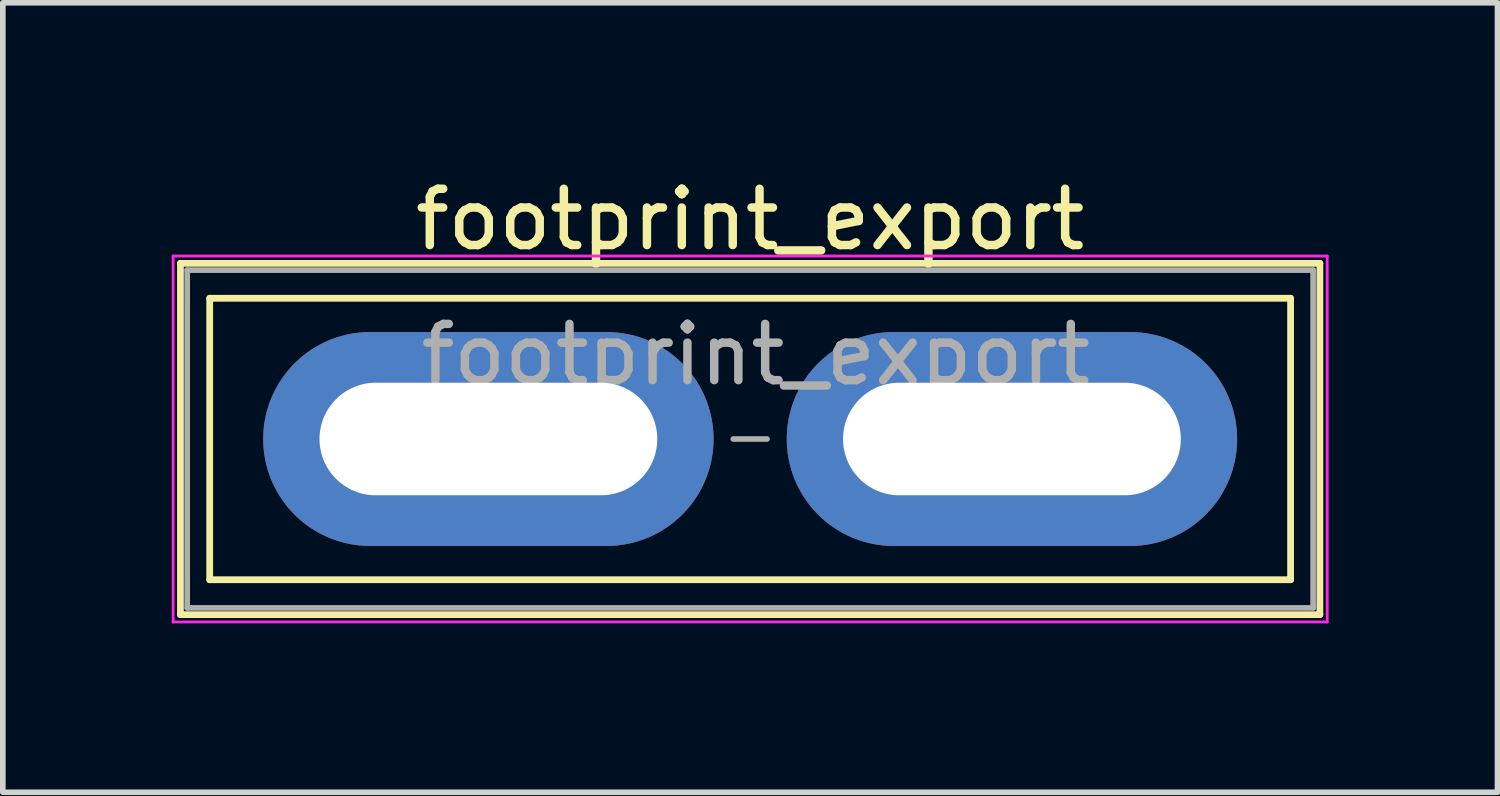
<source format=kicad_pcb>
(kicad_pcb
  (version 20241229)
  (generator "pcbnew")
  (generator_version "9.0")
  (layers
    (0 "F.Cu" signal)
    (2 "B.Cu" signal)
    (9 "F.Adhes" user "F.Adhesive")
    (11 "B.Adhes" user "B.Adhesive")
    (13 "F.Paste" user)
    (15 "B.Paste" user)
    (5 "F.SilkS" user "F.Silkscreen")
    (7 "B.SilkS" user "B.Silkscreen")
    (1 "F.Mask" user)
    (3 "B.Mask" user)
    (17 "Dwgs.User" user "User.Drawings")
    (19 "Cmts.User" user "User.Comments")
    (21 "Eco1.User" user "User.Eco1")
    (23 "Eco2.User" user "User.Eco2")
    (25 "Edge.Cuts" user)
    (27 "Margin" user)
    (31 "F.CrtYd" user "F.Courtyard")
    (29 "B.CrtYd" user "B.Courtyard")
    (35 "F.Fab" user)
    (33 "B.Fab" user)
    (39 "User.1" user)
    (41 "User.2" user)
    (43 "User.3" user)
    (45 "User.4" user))
  (footprint "footprint_export"
    (layer "F.Cu")
    (at 5.625 4.748)
    (property "Reference" "footprint_export" (at 4.65 -3.9 0) (layer "F.SilkS") (effects (font (size 1 1) (thickness 0.15))))
    (attr through_hole)
    (fp_line (start -5.47 -3.12) (end -5.47 3.12) (stroke (width 0.12) (type solid)) (layer "F.SilkS"))
    (fp_line (start -5.47 -3.12) (end 14.77 -3.12) (stroke (width 0.12) (type solid)) (layer "F.SilkS"))
    (fp_line (start -4.95 -2.5) (end 14.25 -2.5) (stroke (width 0.12) (type solid)) (layer "F.SilkS"))
    (fp_line (start -4.95 2.5) (end -4.95 -2.5) (stroke (width 0.12) (type solid)) (layer "F.SilkS"))
    (fp_line (start 14.25 -2.5) (end 14.25 2.5) (stroke (width 0.12) (type solid)) (layer "F.SilkS"))
    (fp_line (start 14.25 2.5) (end -4.95 2.5) (stroke (width 0.12) (type solid)) (layer "F.SilkS"))
    (fp_line (start 14.77 3.12) (end -5.47 3.12) (stroke (width 0.12) (type solid)) (layer "F.SilkS"))
    (fp_line (start 14.77 3.12) (end 14.77 -3.12) (stroke (width 0.12) (type solid)) (layer "F.SilkS"))
    (fp_line (start -5.6 -3.25) (end -5.6 3.25) (stroke (width 0.05) (type solid)) (layer "F.CrtYd"))
    (fp_line (start -5.6 -3.25) (end 14.9 -3.25) (stroke (width 0.05) (type solid)) (layer "F.CrtYd"))
    (fp_line (start 14.9 3.25) (end -5.6 3.25) (stroke (width 0.05) (type solid)) (layer "F.CrtYd"))
    (fp_line (start 14.9 3.25) (end 14.9 -3.25) (stroke (width 0.05) (type solid)) (layer "F.CrtYd"))
    (fp_line (start -5.35 -3) (end 14.65 -3) (stroke (width 0.1) (type solid)) (layer "F.Fab"))
    (fp_line (start -5.35 3) (end -5.35 -3) (stroke (width 0.1) (type solid)) (layer "F.Fab"))
    (fp_line (start 4.95 0) (end 4.35 0) (stroke (width 0.1) (type solid)) (layer "F.Fab"))
    (fp_line (start 14.65 -3) (end 14.65 3) (stroke (width 0.1) (type solid)) (layer "F.Fab"))
    (fp_line (start 14.65 3) (end -5.35 3) (stroke (width 0.1) (type solid)) (layer "F.Fab"))
    (fp_text user "${REFERENCE}" (at 4.75 -1.5 0) (layer "F.Fab") (effects (font (size 1 1) (thickness 0.15))))
    (pad "1" thru_hole oval (at 0 0) (size 8 3.8) (drill oval 6 2) (layers "*.Cu" "*.Mask"))
    (pad "2" thru_hole oval (at 9.3 0) (size 8 3.8) (drill oval 6 2) (layers "*.Cu" "*.Mask")))
  (gr_rect
    (start -3 -3)
    (end 23.55 11.023)
    (stroke (width 0.1) (type default))
    (fill no)
    (layer "Edge.Cuts")))
</source>
